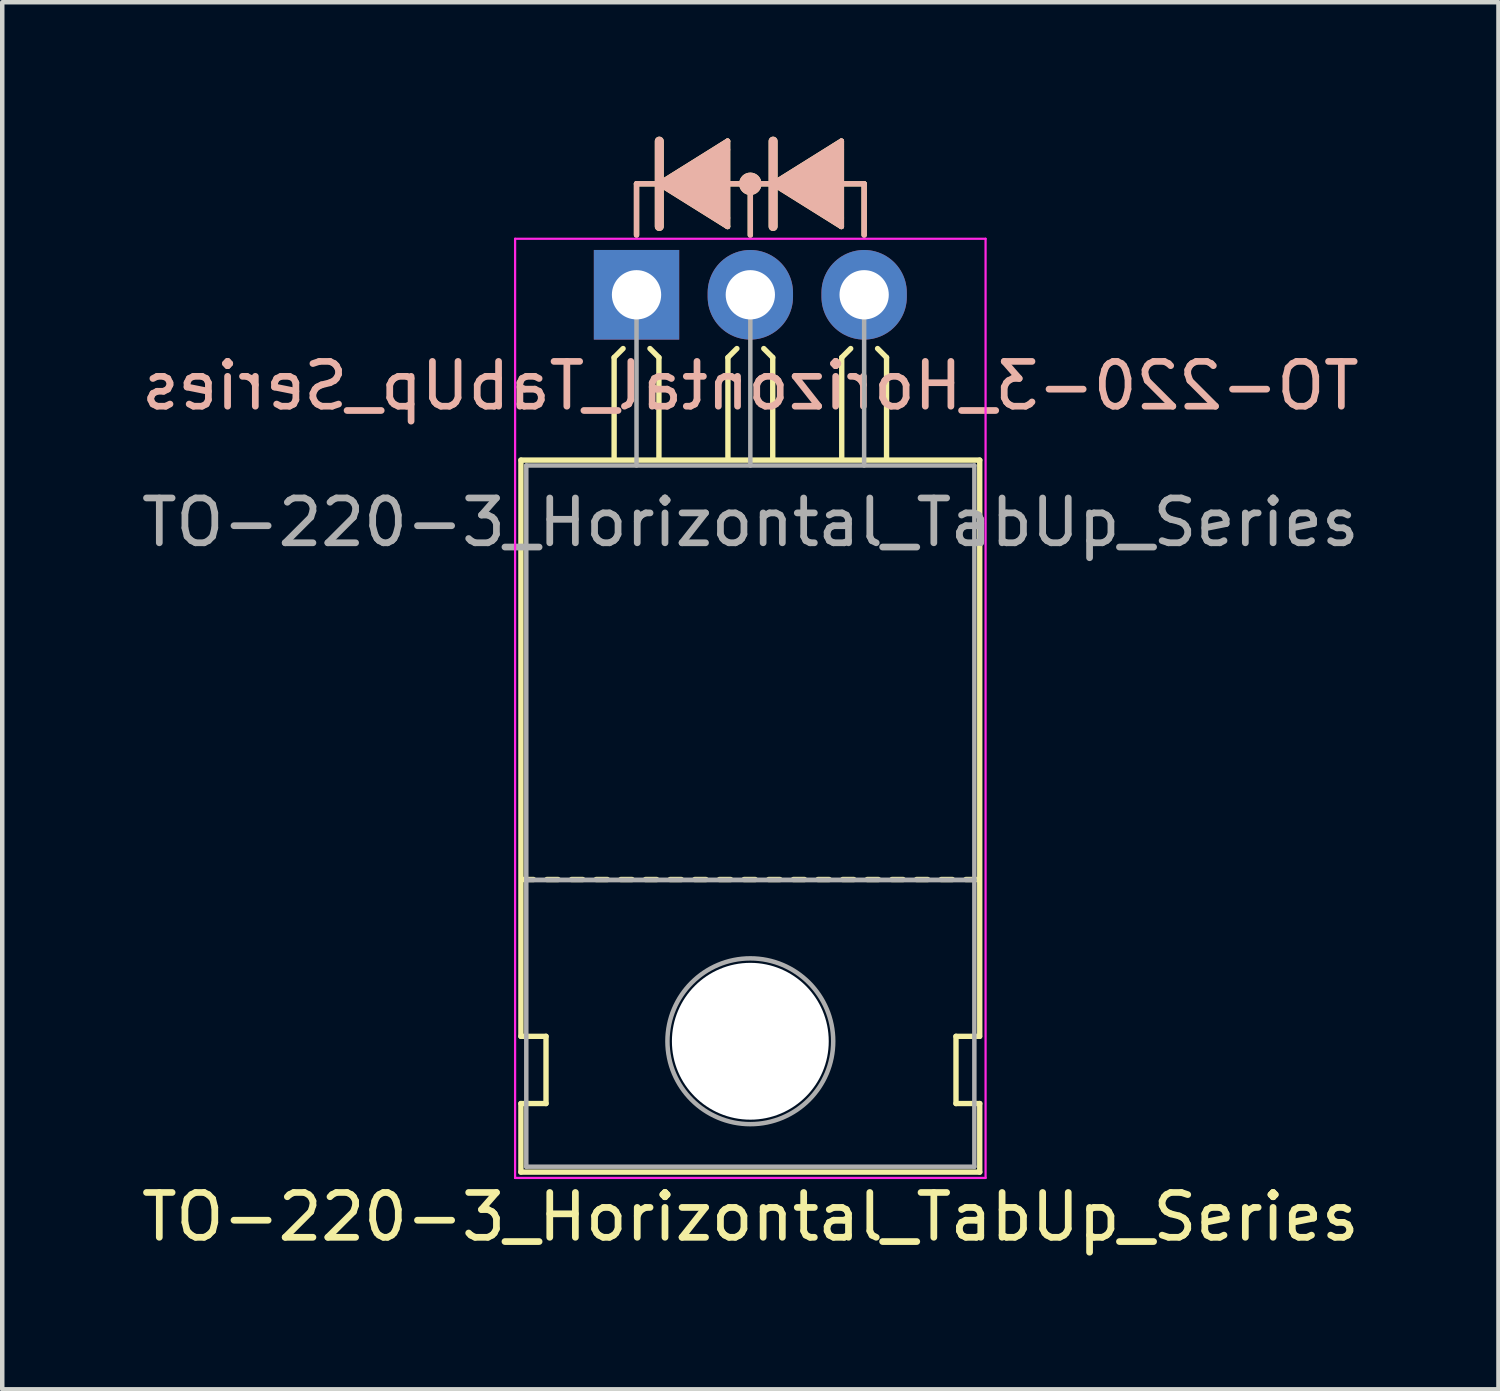
<source format=kicad_pcb>
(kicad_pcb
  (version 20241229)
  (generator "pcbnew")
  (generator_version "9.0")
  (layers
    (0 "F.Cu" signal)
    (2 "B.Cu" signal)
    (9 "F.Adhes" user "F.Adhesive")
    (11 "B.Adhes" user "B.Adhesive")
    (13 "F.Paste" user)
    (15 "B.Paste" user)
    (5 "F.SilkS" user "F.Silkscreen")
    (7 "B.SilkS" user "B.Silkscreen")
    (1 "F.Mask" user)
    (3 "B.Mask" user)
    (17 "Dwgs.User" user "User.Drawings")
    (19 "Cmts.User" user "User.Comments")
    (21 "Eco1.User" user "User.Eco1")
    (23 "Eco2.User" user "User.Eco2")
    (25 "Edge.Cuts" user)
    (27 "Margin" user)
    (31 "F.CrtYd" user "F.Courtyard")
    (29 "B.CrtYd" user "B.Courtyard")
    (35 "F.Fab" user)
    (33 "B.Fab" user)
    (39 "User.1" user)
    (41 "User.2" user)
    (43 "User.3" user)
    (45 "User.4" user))
  (footprint "TO-220-3_Horizontal_TabUp_Series"
    (layer "F.Cu")
    (at 11.156 3.529)
    (property "Reference" "TO-220-3_Horizontal_TabUp_Series" (at 2.54 20.58 0) (layer "F.SilkS") (effects (font (size 1 1) (thickness 0.15))))
    (fp_line (start -2.58 16.55) (end -2.58 3.69) (stroke (width 0.12) (type solid)) (layer "F.SilkS"))
    (fp_line (start -2.58 16.55) (end -2.02 16.55) (stroke (width 0.12) (type solid)) (layer "F.SilkS"))
    (fp_line (start -2.58 19.58) (end -2.58 18.05) (stroke (width 0.12) (type solid)) (layer "F.SilkS"))
    (fp_line (start -2.3 13.05) (end -2.55 13.05) (stroke (width 0.12) (type solid)) (layer "F.SilkS"))
    (fp_line (start -2.02 16.55) (end -2.02 18.05) (stroke (width 0.12) (type solid)) (layer "F.SilkS"))
    (fp_line (start -2.02 18.05) (end -2.58 18.05) (stroke (width 0.12) (type solid)) (layer "F.SilkS"))
    (fp_line (start -1.75 13.05) (end -2 13.05) (stroke (width 0.12) (type solid)) (layer "F.SilkS"))
    (fp_line (start -1.2 13.05) (end -1.45 13.05) (stroke (width 0.12) (type solid)) (layer "F.SilkS"))
    (fp_line (start -0.65 13.05) (end -0.9 13.05) (stroke (width 0.12) (type solid)) (layer "F.SilkS"))
    (fp_line (start -0.5 1.4) (end -0.3 1.2) (stroke (width 0.12) (type solid)) (layer "F.SilkS"))
    (fp_line (start -0.5 3.65) (end -0.5 1.4) (stroke (width 0.12) (type solid)) (layer "F.SilkS"))
    (fp_line (start -0.1 13.05) (end -0.35 13.05) (stroke (width 0.12) (type solid)) (layer "F.SilkS"))
    (fp_line (start 0 -2.477) (end 0.508 -2.477) (stroke (width 0.12) (type solid)) (layer "F.SilkS"))
    (fp_line (start 0 -1.333) (end 0 -2.477) (stroke (width 0.12) (type solid)) (layer "F.SilkS"))
    (fp_line (start 0.45 13.05) (end 0.2 13.05) (stroke (width 0.12) (type solid)) (layer "F.SilkS"))
    (fp_line (start 0.5 1.4) (end 0.3 1.2) (stroke (width 0.12) (type solid)) (layer "F.SilkS"))
    (fp_line (start 0.5 3.65) (end 0.5 1.4) (stroke (width 0.12) (type solid)) (layer "F.SilkS"))
    (fp_line (start 0.508 -3.429) (end 0.508 -1.524) (stroke (width 0.2) (type solid)) (layer "F.SilkS"))
    (fp_line (start 0.508 -2.477) (end 2.032 -1.524) (stroke (width 0.12) (type solid)) (layer "F.SilkS"))
    (fp_line (start 1 13.05) (end 0.75 13.05) (stroke (width 0.12) (type solid)) (layer "F.SilkS"))
    (fp_line (start 1.55 13.05) (end 1.3 13.05) (stroke (width 0.12) (type solid)) (layer "F.SilkS"))
    (fp_line (start 2.032 -3.429) (end 0.508 -2.477) (stroke (width 0.12) (type solid)) (layer "F.SilkS"))
    (fp_line (start 2.032 -1.524) (end 2.032 -3.429) (stroke (width 0.12) (type solid)) (layer "F.SilkS"))
    (fp_line (start 2.04 1.4) (end 2.24 1.2) (stroke (width 0.12) (type solid)) (layer "F.SilkS"))
    (fp_line (start 2.04 3.65) (end 2.04 1.4) (stroke (width 0.12) (type solid)) (layer "F.SilkS"))
    (fp_line (start 2.1 13.05) (end 1.85 13.05) (stroke (width 0.12) (type solid)) (layer "F.SilkS"))
    (fp_line (start 2.54 -2.477) (end 2.032 -2.477) (stroke (width 0.12) (type solid)) (layer "F.SilkS"))
    (fp_line (start 2.54 -2.477) (end 3.048 -2.477) (stroke (width 0.12) (type solid)) (layer "F.SilkS"))
    (fp_line (start 2.54 -1.333) (end 2.54 -2.477) (stroke (width 0.12) (type solid)) (layer "F.SilkS"))
    (fp_line (start 2.65 13.05) (end 2.4 13.05) (stroke (width 0.12) (type solid)) (layer "F.SilkS"))
    (fp_line (start 3.04 1.4) (end 2.84 1.2) (stroke (width 0.12) (type solid)) (layer "F.SilkS"))
    (fp_line (start 3.04 3.65) (end 3.04 1.4) (stroke (width 0.12) (type solid)) (layer "F.SilkS"))
    (fp_line (start 3.048 -3.429) (end 3.048 -1.524) (stroke (width 0.2) (type solid)) (layer "F.SilkS"))
    (fp_line (start 3.048 -2.477) (end 4.572 -3.429) (stroke (width 0.12) (type solid)) (layer "F.SilkS"))
    (fp_line (start 3.048 -2.477) (end 4.572 -1.524) (stroke (width 0.12) (type solid)) (layer "F.SilkS"))
    (fp_line (start 3.2 13.05) (end 2.95 13.05) (stroke (width 0.12) (type solid)) (layer "F.SilkS"))
    (fp_line (start 3.75 13.05) (end 3.5 13.05) (stroke (width 0.12) (type solid)) (layer "F.SilkS"))
    (fp_line (start 4.3 13.05) (end 4.05 13.05) (stroke (width 0.12) (type solid)) (layer "F.SilkS"))
    (fp_line (start 4.572 -3.239) (end 4.572 -3.429) (stroke (width 0.12) (type solid)) (layer "F.SilkS"))
    (fp_line (start 4.572 -1.714) (end 4.572 -3.239) (stroke (width 0.12) (type solid)) (layer "F.SilkS"))
    (fp_line (start 4.572 -1.714) (end 4.572 -1.524) (stroke (width 0.12) (type solid)) (layer "F.SilkS"))
    (fp_line (start 4.58 1.4) (end 4.78 1.2) (stroke (width 0.12) (type solid)) (layer "F.SilkS"))
    (fp_line (start 4.58 3.65) (end 4.58 1.4) (stroke (width 0.12) (type solid)) (layer "F.SilkS"))
    (fp_line (start 4.85 13.05) (end 4.6 13.05) (stroke (width 0.12) (type solid)) (layer "F.SilkS"))
    (fp_line (start 5.08 -2.477) (end 4.572 -2.477) (stroke (width 0.12) (type solid)) (layer "F.SilkS"))
    (fp_line (start 5.08 -1.333) (end 5.08 -2.477) (stroke (width 0.12) (type solid)) (layer "F.SilkS"))
    (fp_line (start 5.4 13.05) (end 5.15 13.05) (stroke (width 0.12) (type solid)) (layer "F.SilkS"))
    (fp_line (start 5.58 1.4) (end 5.38 1.2) (stroke (width 0.12) (type solid)) (layer "F.SilkS"))
    (fp_line (start 5.58 3.65) (end 5.58 1.4) (stroke (width 0.12) (type solid)) (layer "F.SilkS"))
    (fp_line (start 5.95 13.05) (end 5.7 13.05) (stroke (width 0.12) (type solid)) (layer "F.SilkS"))
    (fp_line (start 6.5 13.05) (end 6.25 13.05) (stroke (width 0.12) (type solid)) (layer "F.SilkS"))
    (fp_line (start 7.05 13.05) (end 6.8 13.05) (stroke (width 0.12) (type solid)) (layer "F.SilkS"))
    (fp_line (start 7.13 16.55) (end 7.655 16.55) (stroke (width 0.12) (type solid)) (layer "F.SilkS"))
    (fp_line (start 7.13 18.05) (end 7.13 16.55) (stroke (width 0.12) (type solid)) (layer "F.SilkS"))
    (fp_line (start 7.6 13.05) (end 7.35 13.05) (stroke (width 0.12) (type solid)) (layer "F.SilkS"))
    (fp_line (start 7.66 3.69) (end -2.58 3.69) (stroke (width 0.12) (type solid)) (layer "F.SilkS"))
    (fp_line (start 7.66 16.55) (end 7.66 3.69) (stroke (width 0.12) (type solid)) (layer "F.SilkS"))
    (fp_line (start 7.66 18.05) (end 7.13 18.05) (stroke (width 0.12) (type solid)) (layer "F.SilkS"))
    (fp_line (start 7.66 19.58) (end -2.58 19.58) (stroke (width 0.12) (type solid)) (layer "F.SilkS"))
    (fp_line (start 7.66 19.58) (end 7.66 18.05) (stroke (width 0.12) (type solid)) (layer "F.SilkS"))
    (fp_circle (center 2.54 -2.477) (end 2.54 -2.667) (stroke (width 0.12) (type solid)) (fill no) (layer "F.SilkS"))
    (fp_circle (center 2.54 -2.477) (end 2.54 -2.603) (stroke (width 0.12) (type solid)) (fill no) (layer "F.SilkS"))
    (fp_circle (center 2.54 -2.477) (end 2.54 -2.54) (stroke (width 0.12) (type solid)) (fill no) (layer "F.SilkS"))
    (fp_poly (pts (xy 2.032 -1.524) (xy 0.508 -2.477) (xy 2.032 -3.429)) (stroke (width 0.1) (type solid)) (fill yes) (layer "F.SilkS"))
    (fp_poly (pts (xy 3.048 -2.477) (xy 4.572 -3.429) (xy 4.572 -1.524)) (stroke (width 0.1) (type solid)) (fill yes) (layer "F.SilkS"))
    (fp_line (start 0 -2.477) (end 0.508 -2.477) (stroke (width 0.12) (type solid)) (layer "B.SilkS"))
    (fp_line (start 0 -1.333) (end 0 -2.477) (stroke (width 0.12) (type solid)) (layer "B.SilkS"))
    (fp_line (start 0.508 -2.477) (end 2.032 -3.429) (stroke (width 0.12) (type solid)) (layer "B.SilkS"))
    (fp_line (start 0.508 -2.477) (end 2.032 -1.524) (stroke (width 0.12) (type solid)) (layer "B.SilkS"))
    (fp_line (start 0.508 -1.524) (end 0.508 -3.429) (stroke (width 0.2) (type solid)) (layer "B.SilkS"))
    (fp_line (start 2.032 -3.239) (end 2.032 -3.429) (stroke (width 0.12) (type solid)) (layer "B.SilkS"))
    (fp_line (start 2.032 -3.239) (end 2.032 -1.714) (stroke (width 0.12) (type solid)) (layer "B.SilkS"))
    (fp_line (start 2.032 -1.714) (end 2.032 -1.524) (stroke (width 0.12) (type solid)) (layer "B.SilkS"))
    (fp_line (start 2.54 -2.477) (end 2.032 -2.477) (stroke (width 0.12) (type solid)) (layer "B.SilkS"))
    (fp_line (start 2.54 -2.477) (end 3.048 -2.477) (stroke (width 0.12) (type solid)) (layer "B.SilkS"))
    (fp_line (start 2.54 -1.333) (end 2.54 -2.477) (stroke (width 0.12) (type solid)) (layer "B.SilkS"))
    (fp_line (start 3.048 -2.477) (end 4.572 -3.429) (stroke (width 0.12) (type solid)) (layer "B.SilkS"))
    (fp_line (start 3.048 -1.524) (end 3.048 -3.429) (stroke (width 0.2) (type solid)) (layer "B.SilkS"))
    (fp_line (start 4.572 -3.429) (end 4.572 -1.524) (stroke (width 0.12) (type solid)) (layer "B.SilkS"))
    (fp_line (start 4.572 -1.524) (end 3.048 -2.477) (stroke (width 0.12) (type solid)) (layer "B.SilkS"))
    (fp_line (start 5.08 -2.477) (end 4.572 -2.477) (stroke (width 0.12) (type solid)) (layer "B.SilkS"))
    (fp_line (start 5.08 -1.333) (end 5.08 -2.477) (stroke (width 0.12) (type solid)) (layer "B.SilkS"))
    (fp_circle (center 2.54 -2.477) (end 2.54 -2.667) (stroke (width 0.12) (type solid)) (fill no) (layer "B.SilkS"))
    (fp_circle (center 2.54 -2.477) (end 2.54 -2.603) (stroke (width 0.12) (type solid)) (fill no) (layer "B.SilkS"))
    (fp_circle (center 2.54 -2.477) (end 2.54 -2.54) (stroke (width 0.12) (type solid)) (fill no) (layer "B.SilkS"))
    (fp_poly (pts (xy 0.508 -2.477) (xy 2.032 -1.524) (xy 2.032 -3.429)) (stroke (width 0.1) (type solid)) (fill yes) (layer "B.SilkS"))
    (fp_poly (pts (xy 4.572 -3.429) (xy 3.048 -2.477) (xy 4.572 -1.524)) (stroke (width 0.1) (type solid)) (fill yes) (layer "B.SilkS"))
    (fp_line (start -2.71 -1.25) (end -2.71 19.71) (stroke (width 0.05) (type solid)) (layer "F.CrtYd"))
    (fp_line (start -2.71 19.71) (end 7.79 19.71) (stroke (width 0.05) (type solid)) (layer "F.CrtYd"))
    (fp_line (start 7.79 -1.25) (end -2.71 -1.25) (stroke (width 0.05) (type solid)) (layer "F.CrtYd"))
    (fp_line (start 7.79 19.71) (end 7.79 -1.25) (stroke (width 0.05) (type solid)) (layer "F.CrtYd"))
    (fp_line (start -2.46 3.81) (end -2.46 13.06) (stroke (width 0.1) (type solid)) (layer "F.Fab"))
    (fp_line (start -2.46 13.06) (end -2.46 19.46) (stroke (width 0.1) (type solid)) (layer "F.Fab"))
    (fp_line (start -2.46 13.06) (end 7.54 13.06) (stroke (width 0.1) (type solid)) (layer "F.Fab"))
    (fp_line (start -2.46 19.46) (end 7.54 19.46) (stroke (width 0.1) (type solid)) (layer "F.Fab"))
    (fp_line (start 0 3.81) (end 0 0) (stroke (width 0.1) (type solid)) (layer "F.Fab"))
    (fp_line (start 2.54 3.81) (end 2.54 0) (stroke (width 0.1) (type solid)) (layer "F.Fab"))
    (fp_line (start 5.08 3.81) (end 5.08 0) (stroke (width 0.1) (type solid)) (layer "F.Fab"))
    (fp_line (start 7.54 3.81) (end -2.46 3.81) (stroke (width 0.1) (type solid)) (layer "F.Fab"))
    (fp_line (start 7.54 13.06) (end -2.46 13.06) (stroke (width 0.1) (type solid)) (layer "F.Fab"))
    (fp_line (start 7.54 13.06) (end 7.54 3.81) (stroke (width 0.1) (type solid)) (layer "F.Fab"))
    (fp_line (start 7.54 19.46) (end 7.54 13.06) (stroke (width 0.1) (type solid)) (layer "F.Fab"))
    (fp_circle (center 2.54 16.66) (end 4.39 16.66) (stroke (width 0.1) (type solid)) (fill no) (layer "F.Fab"))
    (fp_text user "${REFERENCE}" (at 2.54 2.032 0) (layer "B.SilkS") (effects (font (size 1 1) (thickness 0.15)) (justify mirror)))
    (fp_text user "${REFERENCE}" (at 2.54 5.08 0) (layer "F.Fab") (effects (font (size 1 1) (thickness 0.15))))
    (pad "" np_thru_hole oval (at 2.54 16.66) (size 3.5 3.5) (drill 3.5) (layers "*.Cu" "*.Mask"))
    (pad "1" thru_hole rect (at 0 0) (size 1.905 2) (drill 1.1) (layers "*.Cu" "*.Mask"))
    (pad "2" thru_hole oval (at 2.54 0) (size 1.905 2) (drill 1.1) (layers "*.Cu" "*.Mask"))
    (pad "3" thru_hole oval (at 5.08 0) (size 1.905 2) (drill 1.1) (layers "*.Cu" "*.Mask")))
  (gr_rect
    (start -3 -3)
    (end 30.393 27.957)
    (stroke (width 0.1) (type default))
    (fill no)
    (layer "Edge.Cuts")))
</source>
